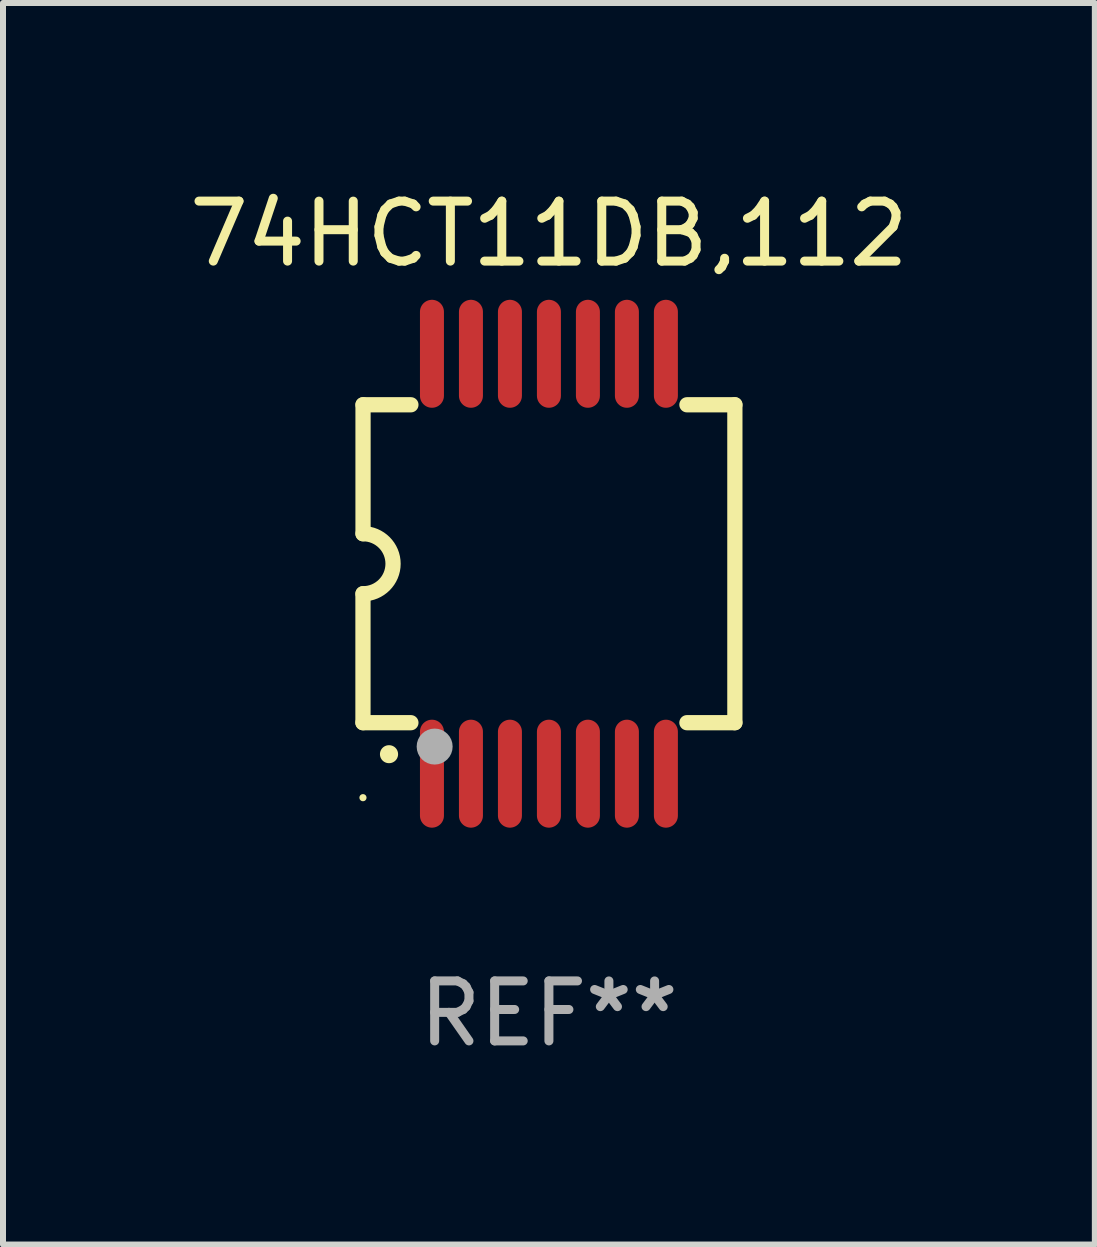
<source format=kicad_pcb>
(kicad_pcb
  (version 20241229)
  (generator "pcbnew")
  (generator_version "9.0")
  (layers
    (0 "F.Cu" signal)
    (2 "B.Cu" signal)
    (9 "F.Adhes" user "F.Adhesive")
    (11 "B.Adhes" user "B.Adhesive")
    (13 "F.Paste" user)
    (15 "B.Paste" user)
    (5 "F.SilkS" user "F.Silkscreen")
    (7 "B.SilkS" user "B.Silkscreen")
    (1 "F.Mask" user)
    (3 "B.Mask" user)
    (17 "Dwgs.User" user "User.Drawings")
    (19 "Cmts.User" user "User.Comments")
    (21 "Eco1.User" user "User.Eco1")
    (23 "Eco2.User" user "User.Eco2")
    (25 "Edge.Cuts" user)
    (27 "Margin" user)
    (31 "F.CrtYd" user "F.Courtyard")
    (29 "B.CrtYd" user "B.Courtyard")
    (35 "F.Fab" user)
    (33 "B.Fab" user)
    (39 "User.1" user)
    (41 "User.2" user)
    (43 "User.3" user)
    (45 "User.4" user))
  (footprint "74HCT11DB,112"
    (layer "F.Cu")
    (at 6.101 6.348)
    (property "Reference" "74HCT11DB,112" (at 0 -5.5 0) (layer "F.SilkS") (effects (font (size 1 1) (thickness 0.15))))
    (attr through_hole)
    (fp_line (start -3.1 2.65) (end -3.1 0.5) (stroke (width 0.254) (type solid)) (layer "F.SilkS"))
    (fp_line (start -3.099 -2.65) (end -2.301 -2.65) (stroke (width 0.254) (type solid)) (layer "F.SilkS"))
    (fp_line (start -3.099 -0.5) (end -3.099 -2.65) (stroke (width 0.254) (type solid)) (layer "F.SilkS"))
    (fp_line (start -2.301 2.65) (end -3.1 2.65) (stroke (width 0.254) (type solid)) (layer "F.SilkS"))
    (fp_line (start 2.301 -2.65) (end 3.1 -2.65) (stroke (width 0.254) (type solid)) (layer "F.SilkS"))
    (fp_line (start 3.1 -2.65) (end 3.1 2.65) (stroke (width 0.254) (type solid)) (layer "F.SilkS"))
    (fp_line (start 3.1 2.65) (end 2.301 2.65) (stroke (width 0.254) (type solid)) (layer "F.SilkS"))
    (fp_arc (start -3.098806 -0.500381) (mid -2.598806 0) (end -3.098806 0.500381) (stroke (width 0.254001) (type solid)) (layer "F.SilkS"))
    (fp_arc (start -2.667005 3.175006) (mid -2.665735 3.175001) (end -2.664465 3.175006) (stroke (width 0.3) (type solid)) (layer "F.SilkS"))
    (fp_circle (center -3.1 3.9) (end -3.07 3.9) (stroke (width 0.06) (type solid)) (fill no) (layer "F.SilkS"))
    (fp_circle (center -1.905 3.048) (end -1.755 3.048) (stroke (width 0.3) (type solid)) (fill no) (layer "F.Fab"))
    (fp_text user "REF**" (at 0 7.5 0) (layer "F.Fab") (effects (font (size 1 1) (thickness 0.15))))
    (pad "1" smd oval (at -1.95 3.5 270) (size 1.8 0.4) (layers "F.Cu" "F.Mask" "F.Paste"))
    (pad "2" smd oval (at -1.3 3.5 270) (size 1.8 0.4) (layers "F.Cu" "F.Mask" "F.Paste"))
    (pad "3" smd oval (at -0.65 3.5 270) (size 1.8 0.4) (layers "F.Cu" "F.Mask" "F.Paste"))
    (pad "4" smd oval (at 0 3.5 270) (size 1.8 0.4) (layers "F.Cu" "F.Mask" "F.Paste"))
    (pad "5" smd oval (at 0.65 3.5 270) (size 1.8 0.4) (layers "F.Cu" "F.Mask" "F.Paste"))
    (pad "6" smd oval (at 1.3 3.5 270) (size 1.8 0.4) (layers "F.Cu" "F.Mask" "F.Paste"))
    (pad "7" smd oval (at 1.95 3.5 270) (size 1.8 0.4) (layers "F.Cu" "F.Mask" "F.Paste"))
    (pad "8" smd oval (at 1.95 -3.5 90) (size 1.8 0.4) (layers "F.Cu" "F.Mask" "F.Paste"))
    (pad "9" smd oval (at 1.3 -3.5 90) (size 1.8 0.4) (layers "F.Cu" "F.Mask" "F.Paste"))
    (pad "10" smd oval (at 0.65 -3.5 90) (size 1.8 0.4) (layers "F.Cu" "F.Mask" "F.Paste"))
    (pad "11" smd oval (at 0 -3.5 90) (size 1.8 0.4) (layers "F.Cu" "F.Mask" "F.Paste"))
    (pad "12" smd oval (at -0.65 -3.5 90) (size 1.8 0.4) (layers "F.Cu" "F.Mask" "F.Paste"))
    (pad "13" smd oval (at -1.3 -3.5 90) (size 1.8 0.4) (layers "F.Cu" "F.Mask" "F.Paste"))
    (pad "14" smd oval (at -1.95 -3.5 90) (size 1.8 0.4) (layers "F.Cu" "F.Mask" "F.Paste")))
  (gr_rect
    (start -3 -3)
    (end 15.202 17.697)
    (stroke (width 0.1) (type default))
    (fill no)
    (layer "Edge.Cuts")))
</source>
